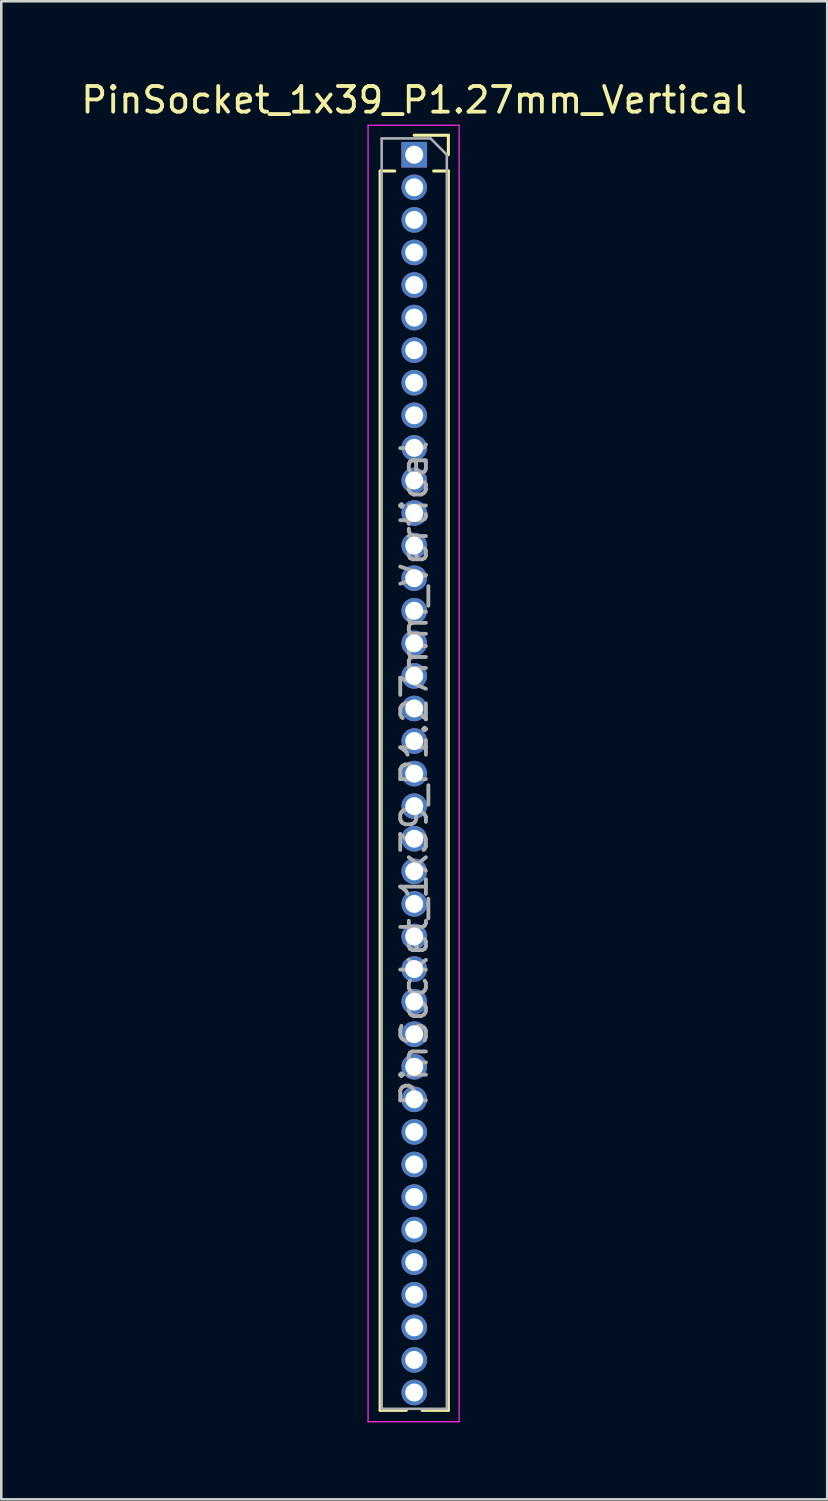
<source format=kicad_pcb>
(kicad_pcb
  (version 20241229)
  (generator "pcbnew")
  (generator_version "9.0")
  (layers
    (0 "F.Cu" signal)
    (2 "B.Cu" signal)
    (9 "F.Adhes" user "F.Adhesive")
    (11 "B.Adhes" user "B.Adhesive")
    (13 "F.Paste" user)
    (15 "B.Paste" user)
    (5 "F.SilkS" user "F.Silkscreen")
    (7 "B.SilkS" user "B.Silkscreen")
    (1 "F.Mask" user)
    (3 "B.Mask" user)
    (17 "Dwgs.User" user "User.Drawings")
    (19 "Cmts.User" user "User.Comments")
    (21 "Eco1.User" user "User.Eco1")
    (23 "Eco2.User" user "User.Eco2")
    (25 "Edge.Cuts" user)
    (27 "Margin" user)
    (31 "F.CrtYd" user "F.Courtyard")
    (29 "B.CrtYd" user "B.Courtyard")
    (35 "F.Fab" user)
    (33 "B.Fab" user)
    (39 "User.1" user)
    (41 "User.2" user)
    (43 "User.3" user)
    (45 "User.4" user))
  (footprint "PinSocket_1x39_P1.27mm_Vertical"
    (layer "F.Cu")
    (at 13.101 2.983)
    (property "Reference" "PinSocket_1x39_P1.27mm_Vertical" (at 0 -2.135 0) (layer "F.SilkS") (effects (font (size 1 1) (thickness 0.15))))
    (attr through_hole)
    (fp_line (start -1.33 0.635) (end -1.33 48.955) (stroke (width 0.12) (type solid)) (layer "F.SilkS"))
    (fp_line (start -1.33 0.635) (end -0.76 0.635) (stroke (width 0.12) (type solid)) (layer "F.SilkS"))
    (fp_line (start -1.33 48.955) (end -0.308 48.955) (stroke (width 0.12) (type solid)) (layer "F.SilkS"))
    (fp_line (start 0 -0.76) (end 1.33 -0.76) (stroke (width 0.12) (type solid)) (layer "F.SilkS"))
    (fp_line (start 0.308 48.955) (end 1.33 48.955) (stroke (width 0.12) (type solid)) (layer "F.SilkS"))
    (fp_line (start 0.76 0.635) (end 1.33 0.635) (stroke (width 0.12) (type solid)) (layer "F.SilkS"))
    (fp_line (start 1.33 -0.76) (end 1.33 0) (stroke (width 0.12) (type solid)) (layer "F.SilkS"))
    (fp_line (start 1.33 0.635) (end 1.33 48.955) (stroke (width 0.12) (type solid)) (layer "F.SilkS"))
    (fp_line (start -1.8 -1.15) (end 1.75 -1.15) (stroke (width 0.05) (type solid)) (layer "F.CrtYd"))
    (fp_line (start -1.8 49.4) (end -1.8 -1.15) (stroke (width 0.05) (type solid)) (layer "F.CrtYd"))
    (fp_line (start 1.75 -1.15) (end 1.75 49.4) (stroke (width 0.05) (type solid)) (layer "F.CrtYd"))
    (fp_line (start 1.75 49.4) (end -1.8 49.4) (stroke (width 0.05) (type solid)) (layer "F.CrtYd"))
    (fp_line (start -1.27 -0.635) (end 0.635 -0.635) (stroke (width 0.1) (type solid)) (layer "F.Fab"))
    (fp_line (start -1.27 48.895) (end -1.27 -0.635) (stroke (width 0.1) (type solid)) (layer "F.Fab"))
    (fp_line (start 0.635 -0.635) (end 1.27 0) (stroke (width 0.1) (type solid)) (layer "F.Fab"))
    (fp_line (start 1.27 0) (end 1.27 48.895) (stroke (width 0.1) (type solid)) (layer "F.Fab"))
    (fp_line (start 1.27 48.895) (end -1.27 48.895) (stroke (width 0.1) (type solid)) (layer "F.Fab"))
    (fp_text user "${REFERENCE}" (at 0 24.13 90) (layer "F.Fab") (effects (font (size 1 1) (thickness 0.15))))
    (pad "1" thru_hole rect (at 0 0) (size 1 1) (drill 0.7) (layers "*.Cu" "*.Mask"))
    (pad "2" thru_hole oval (at 0 1.27) (size 1 1) (drill 0.7) (layers "*.Cu" "*.Mask"))
    (pad "3" thru_hole oval (at 0 2.54) (size 1 1) (drill 0.7) (layers "*.Cu" "*.Mask"))
    (pad "4" thru_hole oval (at 0 3.81) (size 1 1) (drill 0.7) (layers "*.Cu" "*.Mask"))
    (pad "5" thru_hole oval (at 0 5.08) (size 1 1) (drill 0.7) (layers "*.Cu" "*.Mask"))
    (pad "6" thru_hole oval (at 0 6.35) (size 1 1) (drill 0.7) (layers "*.Cu" "*.Mask"))
    (pad "7" thru_hole oval (at 0 7.62) (size 1 1) (drill 0.7) (layers "*.Cu" "*.Mask"))
    (pad "8" thru_hole oval (at 0 8.89) (size 1 1) (drill 0.7) (layers "*.Cu" "*.Mask"))
    (pad "9" thru_hole oval (at 0 10.16) (size 1 1) (drill 0.7) (layers "*.Cu" "*.Mask"))
    (pad "10" thru_hole oval (at 0 11.43) (size 1 1) (drill 0.7) (layers "*.Cu" "*.Mask"))
    (pad "11" thru_hole oval (at 0 12.7) (size 1 1) (drill 0.7) (layers "*.Cu" "*.Mask"))
    (pad "12" thru_hole oval (at 0 13.97) (size 1 1) (drill 0.7) (layers "*.Cu" "*.Mask"))
    (pad "13" thru_hole oval (at 0 15.24) (size 1 1) (drill 0.7) (layers "*.Cu" "*.Mask"))
    (pad "14" thru_hole oval (at 0 16.51) (size 1 1) (drill 0.7) (layers "*.Cu" "*.Mask"))
    (pad "15" thru_hole oval (at 0 17.78) (size 1 1) (drill 0.7) (layers "*.Cu" "*.Mask"))
    (pad "16" thru_hole oval (at 0 19.05) (size 1 1) (drill 0.7) (layers "*.Cu" "*.Mask"))
    (pad "17" thru_hole oval (at 0 20.32) (size 1 1) (drill 0.7) (layers "*.Cu" "*.Mask"))
    (pad "18" thru_hole oval (at 0 21.59) (size 1 1) (drill 0.7) (layers "*.Cu" "*.Mask"))
    (pad "19" thru_hole oval (at 0 22.86) (size 1 1) (drill 0.7) (layers "*.Cu" "*.Mask"))
    (pad "20" thru_hole oval (at 0 24.13) (size 1 1) (drill 0.7) (layers "*.Cu" "*.Mask"))
    (pad "21" thru_hole oval (at 0 25.4) (size 1 1) (drill 0.7) (layers "*.Cu" "*.Mask"))
    (pad "22" thru_hole oval (at 0 26.67) (size 1 1) (drill 0.7) (layers "*.Cu" "*.Mask"))
    (pad "23" thru_hole oval (at 0 27.94) (size 1 1) (drill 0.7) (layers "*.Cu" "*.Mask"))
    (pad "24" thru_hole oval (at 0 29.21) (size 1 1) (drill 0.7) (layers "*.Cu" "*.Mask"))
    (pad "25" thru_hole oval (at 0 30.48) (size 1 1) (drill 0.7) (layers "*.Cu" "*.Mask"))
    (pad "26" thru_hole oval (at 0 31.75) (size 1 1) (drill 0.7) (layers "*.Cu" "*.Mask"))
    (pad "27" thru_hole oval (at 0 33.02) (size 1 1) (drill 0.7) (layers "*.Cu" "*.Mask"))
    (pad "28" thru_hole oval (at 0 34.29) (size 1 1) (drill 0.7) (layers "*.Cu" "*.Mask"))
    (pad "29" thru_hole oval (at 0 35.56) (size 1 1) (drill 0.7) (layers "*.Cu" "*.Mask"))
    (pad "30" thru_hole oval (at 0 36.83) (size 1 1) (drill 0.7) (layers "*.Cu" "*.Mask"))
    (pad "31" thru_hole oval (at 0 38.1) (size 1 1) (drill 0.7) (layers "*.Cu" "*.Mask"))
    (pad "32" thru_hole oval (at 0 39.37) (size 1 1) (drill 0.7) (layers "*.Cu" "*.Mask"))
    (pad "33" thru_hole oval (at 0 40.64) (size 1 1) (drill 0.7) (layers "*.Cu" "*.Mask"))
    (pad "34" thru_hole oval (at 0 41.91) (size 1 1) (drill 0.7) (layers "*.Cu" "*.Mask"))
    (pad "35" thru_hole oval (at 0 43.18) (size 1 1) (drill 0.7) (layers "*.Cu" "*.Mask"))
    (pad "36" thru_hole oval (at 0 44.45) (size 1 1) (drill 0.7) (layers "*.Cu" "*.Mask"))
    (pad "37" thru_hole oval (at 0 45.72) (size 1 1) (drill 0.7) (layers "*.Cu" "*.Mask"))
    (pad "38" thru_hole oval (at 0 46.99) (size 1 1) (drill 0.7) (layers "*.Cu" "*.Mask"))
    (pad "39" thru_hole oval (at 0 48.26) (size 1 1) (drill 0.7) (layers "*.Cu" "*.Mask")))
  (gr_rect
    (start -3 -3)
    (end 29.202 55.408)
    (stroke (width 0.1) (type default))
    (fill no)
    (layer "Edge.Cuts")))
</source>
